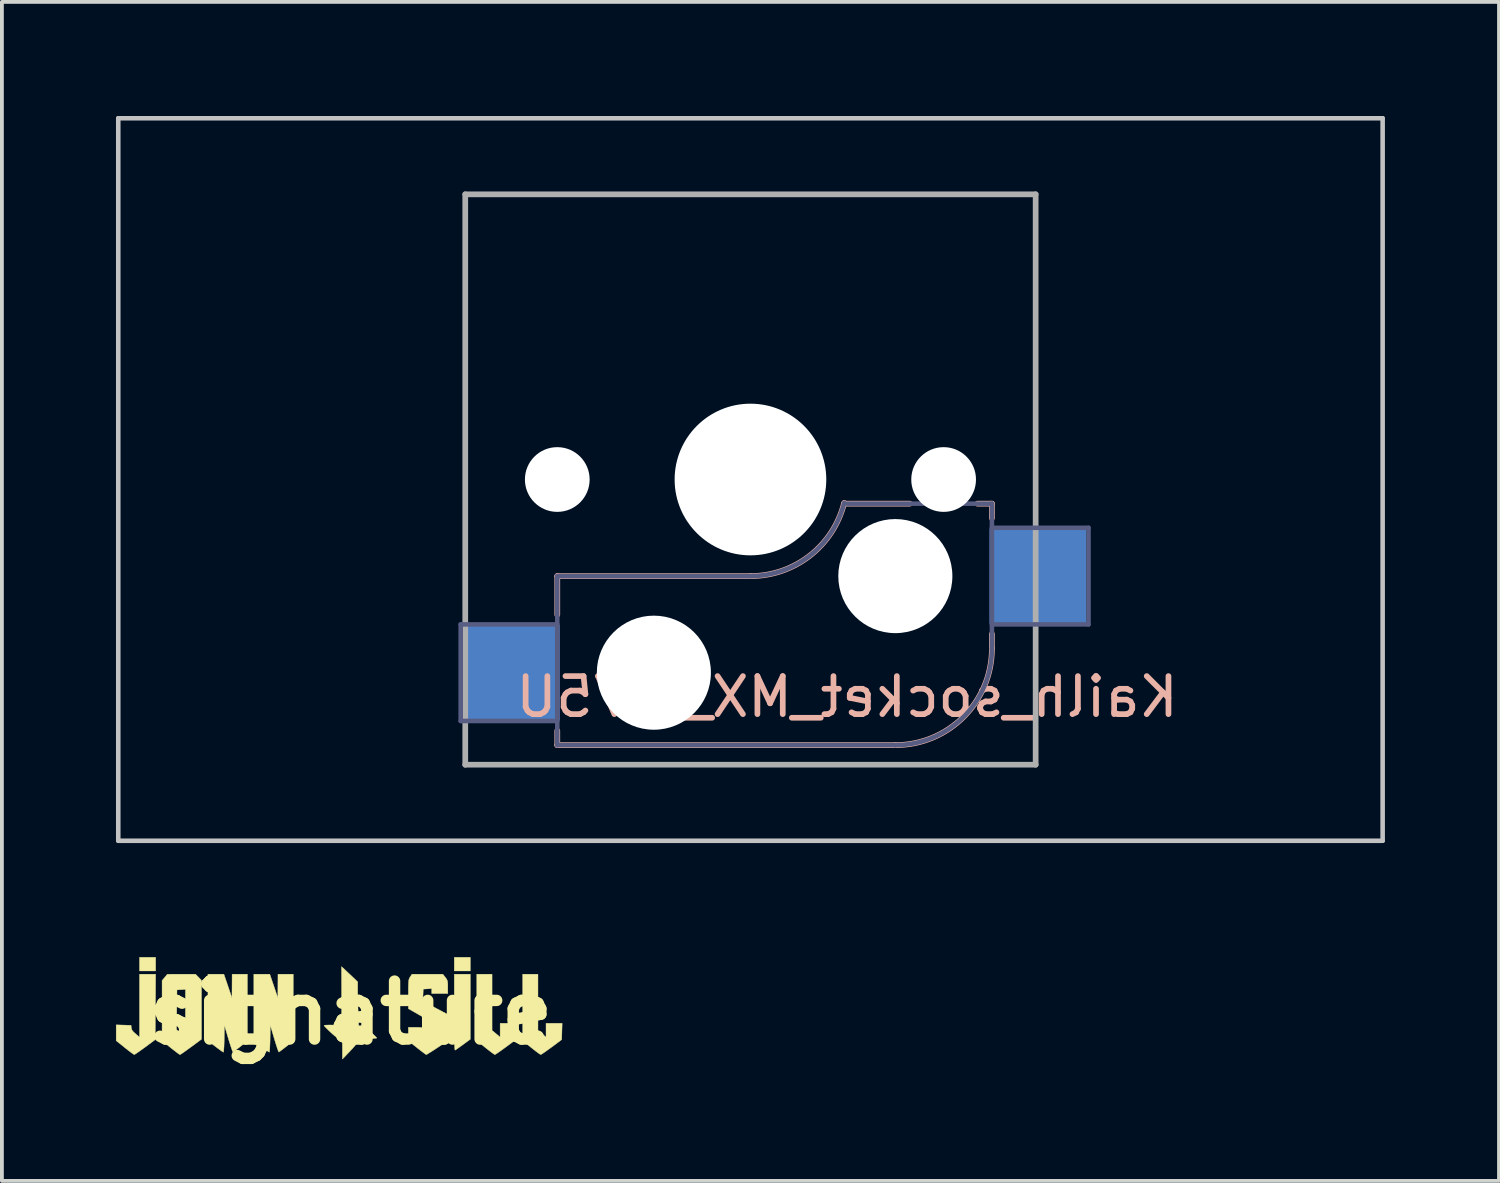
<source format=kicad_pcb>
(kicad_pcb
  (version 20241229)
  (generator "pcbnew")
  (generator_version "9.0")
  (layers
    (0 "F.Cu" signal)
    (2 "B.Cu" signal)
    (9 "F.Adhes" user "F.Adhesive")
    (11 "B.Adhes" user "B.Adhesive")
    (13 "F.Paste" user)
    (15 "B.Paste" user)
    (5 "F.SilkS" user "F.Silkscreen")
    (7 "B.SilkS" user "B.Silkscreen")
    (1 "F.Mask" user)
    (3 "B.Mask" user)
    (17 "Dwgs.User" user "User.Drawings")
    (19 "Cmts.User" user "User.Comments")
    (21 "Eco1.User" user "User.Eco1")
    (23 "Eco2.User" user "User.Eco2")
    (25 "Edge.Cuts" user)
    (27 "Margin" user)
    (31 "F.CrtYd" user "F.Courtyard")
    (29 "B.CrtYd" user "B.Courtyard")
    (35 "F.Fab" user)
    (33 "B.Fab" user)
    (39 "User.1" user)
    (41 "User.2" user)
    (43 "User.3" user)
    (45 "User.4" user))
  (footprint "signature"
    (layer "F.Cu")
    (at 6.165 23.585)
    (property "Reference" "signature" (at 0 0 0) (layer "F.SilkS") (effects (font (size 1.524 1.524) (thickness 0.3))))
    (attr through_hole)
    (fp_poly (pts (xy -5.122 -1.101) (xy -5.546 -1.101) (xy -5.546 -1.46) (xy -5.122 -1.46) (xy -5.122 -1.101)) (stroke (width 0.01) (type solid)) (fill yes) (layer "F.SilkS"))
    (fp_poly (pts (xy 3.154 -1.101) (xy 2.731 -1.101) (xy 2.731 -1.46) (xy 3.154 -1.46) (xy 3.154 -1.101)) (stroke (width 0.01) (type solid)) (fill yes) (layer "F.SilkS"))
    (fp_poly (pts (xy 3.154 0.694) (xy 2.969 0.83) (xy 2.89 0.887) (xy 2.823 0.935) (xy 2.775 0.969) (xy 2.757 0.981) (xy 2.751 0.977) (xy 2.745 0.955) (xy 2.741 0.911) (xy 2.738 0.844) (xy 2.735 0.749) (xy 2.733 0.624) (xy 2.732 0.467) (xy 2.731 0.273) (xy 2.731 0.04) (xy 2.731 -0.009) (xy 2.731 -1.016) (xy 3.154 -1.016) (xy 3.154 0.694)) (stroke (width 0.01) (type solid)) (fill yes) (layer "F.SilkS"))
    (fp_poly (pts (xy 3.725 0.462) (xy 3.831 0.55) (xy 3.937 0.639) (xy 3.937 0.275) (xy 4.362 0.275) (xy 4.35 0.705) (xy 4.085 0.902) (xy 3.993 0.969) (xy 3.912 1.027) (xy 3.848 1.07) (xy 3.809 1.095) (xy 3.799 1.099) (xy 3.776 1.086) (xy 3.726 1.052) (xy 3.658 1) (xy 3.576 0.936) (xy 3.551 0.916) (xy 3.323 0.733) (xy 3.323 -1.016) (xy 3.725 -1.016) (xy 3.725 0.462)) (stroke (width 0.01) (type solid)) (fill yes) (layer "F.SilkS"))
    (fp_poly (pts (xy 4.932 0.462) (xy 5.038 0.55) (xy 5.144 0.639) (xy 5.144 0.275) (xy 5.568 0.275) (xy 5.556 0.705) (xy 5.292 0.902) (xy 5.199 0.969) (xy 5.118 1.027) (xy 5.055 1.07) (xy 5.015 1.095) (xy 5.006 1.099) (xy 4.983 1.086) (xy 4.933 1.052) (xy 4.864 1) (xy 4.782 0.936) (xy 4.757 0.916) (xy 4.53 0.733) (xy 4.53 -1.016) (xy 4.932 -1.016) (xy 4.932 0.462)) (stroke (width 0.01) (type solid)) (fill yes) (layer "F.SilkS"))
    (fp_poly (pts (xy -5.127 -0.156) (xy -5.133 0.705) (xy -5.397 0.902) (xy -5.49 0.969) (xy -5.571 1.027) (xy -5.634 1.07) (xy -5.674 1.095) (xy -5.683 1.099) (xy -5.707 1.086) (xy -5.756 1.052) (xy -5.825 1) (xy -5.907 0.936) (xy -5.932 0.916) (xy -6.16 0.733) (xy -6.16 0.316) (xy -5.964 0.322) (xy -5.768 0.328) (xy -5.761 0.396) (xy -5.747 0.446) (xy -5.71 0.497) (xy -5.65 0.551) (xy -5.546 0.639) (xy -5.546 -1.016) (xy -5.122 -1.016) (xy -5.127 -0.156)) (stroke (width 0.01) (type solid)) (fill yes) (layer "F.SilkS"))
    (fp_poly (pts (xy -3.221 -0.704) (xy -3.115 -0.392) (xy -3.113 -0.704) (xy -3.111 -1.016) (xy -2.709 -1.016) (xy -2.709 0.741) (xy -2.891 0.884) (xy -2.966 0.942) (xy -3.029 0.99) (xy -3.072 1.022) (xy -3.088 1.032) (xy -3.098 1.015) (xy -3.118 0.963) (xy -3.145 0.883) (xy -3.178 0.782) (xy -3.208 0.683) (xy -3.313 0.328) (xy -3.318 0.683) (xy -3.321 0.8) (xy -3.325 0.9) (xy -3.33 0.977) (xy -3.335 1.025) (xy -3.34 1.036) (xy -3.362 1.023) (xy -3.41 0.99) (xy -3.477 0.941) (xy -3.551 0.885) (xy -3.747 0.736) (xy -3.747 -1.016) (xy -3.327 -1.016) (xy -3.221 -0.704)) (stroke (width 0.01) (type solid)) (fill yes) (layer "F.SilkS"))
    (fp_poly (pts (xy -2.014 -0.704) (xy -1.908 -0.392) (xy -1.907 -0.704) (xy -1.905 -1.016) (xy -1.503 -1.016) (xy -1.503 0.741) (xy -1.685 0.884) (xy -1.76 0.942) (xy -1.823 0.99) (xy -1.866 1.022) (xy -1.881 1.032) (xy -1.892 1.015) (xy -1.912 0.963) (xy -1.939 0.883) (xy -1.971 0.782) (xy -2.001 0.683) (xy -2.106 0.328) (xy -2.112 0.683) (xy -2.115 0.8) (xy -2.119 0.9) (xy -2.124 0.977) (xy -2.129 1.025) (xy -2.133 1.036) (xy -2.155 1.023) (xy -2.203 0.99) (xy -2.27 0.941) (xy -2.344 0.885) (xy -2.54 0.736) (xy -2.54 -1.016) (xy -2.12 -1.016) (xy -2.014 -0.704)) (stroke (width 0.01) (type solid)) (fill yes) (layer "F.SilkS"))
    (fp_poly (pts (xy -3.994 -0.936) (xy -3.916 -0.855) (xy -3.916 0.695) (xy -4.191 0.898) (xy -4.285 0.966) (xy -4.367 1.025) (xy -4.431 1.069) (xy -4.471 1.095) (xy -4.482 1.101) (xy -4.503 1.088) (xy -4.551 1.054) (xy -4.619 1.002) (xy -4.7 0.939) (xy -4.725 0.919) (xy -4.953 0.737) (xy -4.953 0.441) (xy -4.573 0.441) (xy -4.462 0.538) (xy -4.406 0.586) (xy -4.364 0.621) (xy -4.345 0.635) (xy -4.345 0.635) (xy -4.343 0.615) (xy -4.342 0.557) (xy -4.341 0.468) (xy -4.34 0.352) (xy -4.339 0.214) (xy -4.339 0.061) (xy -4.339 0.009) (xy -4.339 -0.616) (xy -4.45 -0.61) (xy -4.561 -0.603) (xy -4.573 0.441) (xy -4.953 0.441) (xy -4.953 -0.85) (xy -4.884 -0.932) (xy -4.815 -1.015) (xy -4.444 -1.016) (xy -4.073 -1.016) (xy -3.994 -0.936)) (stroke (width 0.01) (type solid)) (fill yes) (layer "F.SilkS"))
    (fp_poly (pts (xy 2.496 -0.934) (xy 2.529 -0.889) (xy 2.548 -0.849) (xy 2.558 -0.799) (xy 2.561 -0.727) (xy 2.561 -0.68) (xy 2.561 -0.508) (xy 2.138 -0.508) (xy 2.138 -0.637) (xy 1.916 -0.624) (xy 1.909 -0.465) (xy 1.903 -0.306) (xy 2.227 -0.134) (xy 2.551 0.038) (xy 2.562 0.734) (xy 2.287 0.917) (xy 2.191 0.98) (xy 2.108 1.033) (xy 2.044 1.073) (xy 2.004 1.096) (xy 1.995 1.1) (xy 1.974 1.087) (xy 1.925 1.052) (xy 1.857 1.001) (xy 1.776 0.938) (xy 1.752 0.918) (xy 1.524 0.738) (xy 1.524 0.381) (xy 1.712 0.381) (xy 1.803 0.382) (xy 1.861 0.386) (xy 1.893 0.395) (xy 1.907 0.411) (xy 1.91 0.419) (xy 1.931 0.451) (xy 1.975 0.499) (xy 2.029 0.548) (xy 2.138 0.639) (xy 2.138 0.242) (xy 1.831 0.066) (xy 1.524 -0.109) (xy 1.524 -0.492) (xy 1.524 -0.629) (xy 1.526 -0.731) (xy 1.529 -0.804) (xy 1.534 -0.856) (xy 1.543 -0.892) (xy 1.556 -0.921) (xy 1.572 -0.946) (xy 1.619 -1.016) (xy 2.025 -1.016) (xy 2.431 -1.016) (xy 2.496 -0.934)) (stroke (width 0.01) (type solid)) (fill yes) (layer "F.SilkS"))
    (fp_poly (pts (xy -0.154 -1.143) (xy -0.1 -1.092) (xy -0.029 -1.025) (xy 0.045 -0.955) (xy 0.058 -0.943) (xy 0.191 -0.816) (xy 0.191 -0.56) (xy 0.192 -0.438) (xy 0.194 -0.292) (xy 0.199 -0.139) (xy 0.204 0.004) (xy 0.204 0.018) (xy 0.218 0.339) (xy 0.29 0.339) (xy 0.328 0.343) (xy 0.368 0.361) (xy 0.417 0.396) (xy 0.484 0.454) (xy 0.525 0.492) (xy 0.593 0.557) (xy 0.648 0.611) (xy 0.684 0.648) (xy 0.695 0.661) (xy 0.678 0.668) (xy 0.627 0.673) (xy 0.549 0.676) (xy 0.457 0.677) (xy 0.352 0.678) (xy 0.282 0.68) (xy 0.241 0.684) (xy 0.22 0.694) (xy 0.212 0.709) (xy 0.212 0.725) (xy 0.196 0.764) (xy 0.148 0.83) (xy 0.07 0.921) (xy 0.001 0.995) (xy -0.21 1.217) (xy -0.211 0.937) (xy -0.212 0.656) (xy -0.288 0.656) (xy -0.328 0.652) (xy -0.367 0.637) (xy -0.414 0.605) (xy -0.477 0.551) (xy -0.526 0.506) (xy -0.594 0.441) (xy -0.649 0.386) (xy -0.685 0.348) (xy -0.695 0.335) (xy -0.679 0.326) (xy -0.625 0.321) (xy -0.538 0.32) (xy -0.467 0.321) (xy -0.23 0.328) (xy -0.232 -0.444) (xy -0.234 -1.216) (xy -0.154 -1.143)) (stroke (width 0.01) (type solid)) (fill yes) (layer "F.SilkS")))
  (footprint "Kailh_socket_MX_1.75U"
    (layer "F.Cu")
    (at 16.685 9.56)
    (property "Reference" "Kailh_socket_MX_1.75U" (at 2.54 5.715 180) (layer "B.SilkS") (effects (font (size 1 1) (thickness 0.15)) (justify mirror)))
    (attr smd)
    (fp_line (start -5.08 2.54) (end 0 2.54) (stroke (width 0.15) (type solid)) (layer "B.SilkS"))
    (fp_line (start -5.08 3.556) (end -5.08 2.54) (stroke (width 0.15) (type solid)) (layer "B.SilkS"))
    (fp_line (start -5.08 6.985) (end -5.08 6.604) (stroke (width 0.15) (type solid)) (layer "B.SilkS"))
    (fp_line (start 2.464 0.635) (end 4.191 0.635) (stroke (width 0.15) (type solid)) (layer "B.SilkS"))
    (fp_line (start 3.81 6.985) (end -5.08 6.985) (stroke (width 0.15) (type solid)) (layer "B.SilkS"))
    (fp_line (start 5.969 0.635) (end 6.35 0.635) (stroke (width 0.15) (type solid)) (layer "B.SilkS"))
    (fp_line (start 6.35 1.016) (end 6.35 0.635) (stroke (width 0.15) (type solid)) (layer "B.SilkS"))
    (fp_line (start 6.35 4.445) (end 6.35 4.064) (stroke (width 0.15) (type solid)) (layer "B.SilkS"))
    (fp_arc (start 2.464162 0.61604) (mid 1.563147 2.002042) (end 0 2.54) (stroke (width 0.15) (type solid)) (layer "B.SilkS"))
    (fp_arc (start 6.35 4.445) (mid 5.606051 6.241051) (end 3.81 6.985) (stroke (width 0.15) (type solid)) (layer "B.SilkS"))
    (fp_line (start -16.625 -9.5) (end -16.625 9.5) (stroke (width 0.12) (type solid)) (layer "Dwgs.User"))
    (fp_line (start -16.625 -9.5) (end 16.625 -9.5) (stroke (width 0.12) (type solid)) (layer "Dwgs.User"))
    (fp_line (start -16.625 9.5) (end 16.625 9.5) (stroke (width 0.12) (type solid)) (layer "Dwgs.User"))
    (fp_line (start 16.625 -9.5) (end 16.625 9.5) (stroke (width 0.12) (type solid)) (layer "Dwgs.User"))
    (fp_line (start -6.9 6.9) (end -6.9 -6.9) (stroke (width 0.15) (type solid)) (layer "Eco2.User"))
    (fp_line (start -6.9 6.9) (end 6.9 6.9) (stroke (width 0.15) (type solid)) (layer "Eco2.User"))
    (fp_line (start 6.9 -6.9) (end -6.9 -6.9) (stroke (width 0.15) (type solid)) (layer "Eco2.User"))
    (fp_line (start 6.9 -6.9) (end 6.9 6.9) (stroke (width 0.15) (type solid)) (layer "Eco2.User"))
    (fp_line (start -7.62 3.81) (end -5.08 3.81) (stroke (width 0.12) (type solid)) (layer "B.Fab"))
    (fp_line (start -7.62 6.35) (end -7.62 3.81) (stroke (width 0.12) (type solid)) (layer "B.Fab"))
    (fp_line (start -5.08 2.54) (end 0 2.54) (stroke (width 0.12) (type solid)) (layer "B.Fab"))
    (fp_line (start -5.08 6.35) (end -7.62 6.35) (stroke (width 0.12) (type solid)) (layer "B.Fab"))
    (fp_line (start -5.08 6.985) (end -5.08 2.54) (stroke (width 0.12) (type solid)) (layer "B.Fab"))
    (fp_line (start 3.81 6.985) (end -5.08 6.985) (stroke (width 0.12) (type solid)) (layer "B.Fab"))
    (fp_line (start 6.35 0.635) (end 2.54 0.635) (stroke (width 0.12) (type solid)) (layer "B.Fab"))
    (fp_line (start 6.35 0.635) (end 6.35 4.445) (stroke (width 0.12) (type solid)) (layer "B.Fab"))
    (fp_line (start 6.35 1.27) (end 8.89 1.27) (stroke (width 0.12) (type solid)) (layer "B.Fab"))
    (fp_line (start 8.89 1.27) (end 8.89 3.81) (stroke (width 0.12) (type solid)) (layer "B.Fab"))
    (fp_line (start 8.89 3.81) (end 6.35 3.81) (stroke (width 0.12) (type solid)) (layer "B.Fab"))
    (fp_arc (start 2.464162 0.61604) (mid 1.563147 2.002042) (end 0 2.54) (stroke (width 0.12) (type solid)) (layer "B.Fab"))
    (fp_arc (start 6.35 4.445) (mid 5.606051 6.241051) (end 3.81 6.985) (stroke (width 0.12) (type solid)) (layer "B.Fab"))
    (fp_line (start -7.5 -7.5) (end 7.5 -7.5) (stroke (width 0.15) (type solid)) (layer "F.Fab"))
    (fp_line (start -7.5 7.5) (end -7.5 -7.5) (stroke (width 0.15) (type solid)) (layer "F.Fab"))
    (fp_line (start 7.5 -7.5) (end 7.5 7.5) (stroke (width 0.15) (type solid)) (layer "F.Fab"))
    (fp_line (start 7.5 7.5) (end -7.5 7.5) (stroke (width 0.15) (type solid)) (layer "F.Fab"))
    (pad "" np_thru_hole circle (at -5.08 0 180) (size 1.702 1.702) (drill 1.702) (layers "*.Cu" "*.Mask"))
    (pad "" np_thru_hole circle (at -2.54 5.08 180) (size 3 3) (drill 3) (layers "*.Cu" "*.Mask"))
    (pad "" np_thru_hole circle (at 0 0 180) (size 3.988 3.988) (drill 3.988) (layers "*.Cu" "*.Mask"))
    (pad "" np_thru_hole circle (at 3.81 2.54 180) (size 3 3) (drill 3) (layers "*.Cu" "*.Mask"))
    (pad "" np_thru_hole circle (at 5.08 0 180) (size 1.702 1.702) (drill 1.702) (layers "*.Cu" "*.Mask"))
    (pad "1" smd rect (at -6.29 5.08 180) (size 2.55 2.5) (layers "B.Cu" "B.Mask" "B.Paste"))
    (pad "2" smd rect (at 7.56 2.54 180) (size 2.55 2.5) (layers "B.Cu" "B.Mask" "B.Paste")))
  (gr_rect
    (start -3 -3)
    (end 36.37 28.004)
    (stroke (width 0.1) (type default))
    (fill no)
    (layer "Edge.Cuts")))
</source>
